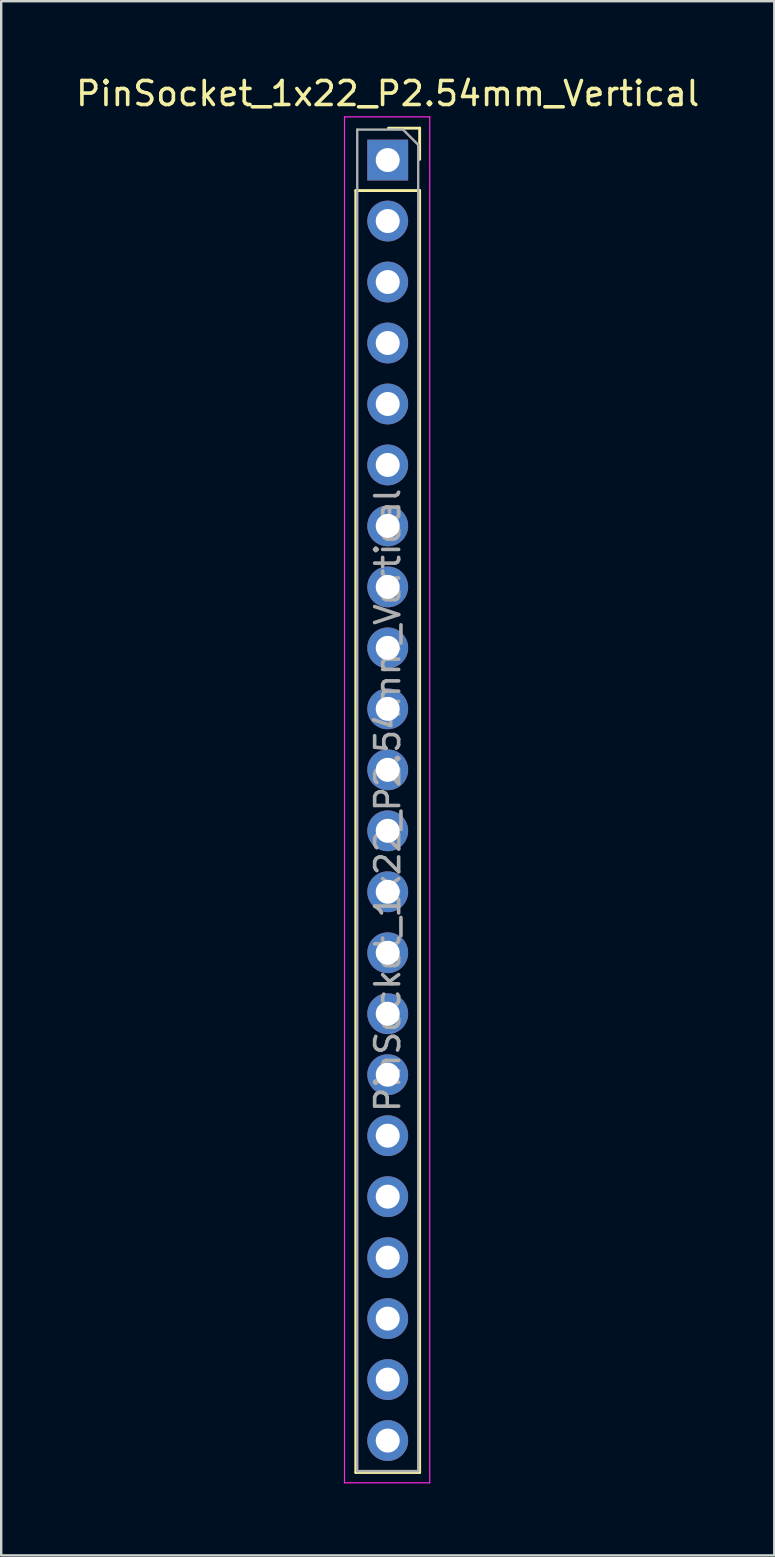
<source format=kicad_pcb>
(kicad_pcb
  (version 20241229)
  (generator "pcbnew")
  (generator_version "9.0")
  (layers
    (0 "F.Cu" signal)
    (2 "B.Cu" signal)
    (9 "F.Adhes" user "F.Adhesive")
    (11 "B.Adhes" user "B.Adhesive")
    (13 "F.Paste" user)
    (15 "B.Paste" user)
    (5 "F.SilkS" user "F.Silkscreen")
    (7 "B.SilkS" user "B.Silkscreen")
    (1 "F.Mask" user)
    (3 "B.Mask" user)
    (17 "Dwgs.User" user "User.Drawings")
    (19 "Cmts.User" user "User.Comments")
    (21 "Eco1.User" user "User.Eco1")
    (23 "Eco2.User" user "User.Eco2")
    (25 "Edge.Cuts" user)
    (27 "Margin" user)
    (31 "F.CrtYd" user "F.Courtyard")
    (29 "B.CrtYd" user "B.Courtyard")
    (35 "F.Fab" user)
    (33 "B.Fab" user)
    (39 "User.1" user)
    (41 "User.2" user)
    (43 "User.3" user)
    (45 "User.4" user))
  (footprint "PinSocket_1x22_P2.54mm_Vertical"
    (layer "F.Cu")
    (at 13.101 3.618)
    (property "Reference" "PinSocket_1x22_P2.54mm_Vertical" (at 0 -2.77 0) (layer "F.SilkS") (effects (font (size 1 1) (thickness 0.15))))
    (attr through_hole)
    (fp_line (start -1.33 1.27) (end -1.33 54.67) (stroke (width 0.12) (type solid)) (layer "F.SilkS"))
    (fp_line (start -1.33 54.67) (end 1.33 54.67) (stroke (width 0.12) (type solid)) (layer "F.SilkS"))
    (fp_line (start 1.33 -1.33) (end 0.03 -1.33) (stroke (width 0.12) (type solid)) (layer "F.SilkS"))
    (fp_line (start 1.33 -0.03) (end 1.33 -1.33) (stroke (width 0.12) (type solid)) (layer "F.SilkS"))
    (fp_line (start 1.33 1.27) (end -1.33 1.27) (stroke (width 0.12) (type solid)) (layer "F.SilkS"))
    (fp_line (start 1.33 54.67) (end 1.33 1.27) (stroke (width 0.12) (type solid)) (layer "F.SilkS"))
    (fp_line (start -1.8 -1.8) (end 1.75 -1.8) (stroke (width 0.05) (type solid)) (layer "F.CrtYd"))
    (fp_line (start -1.8 55.1) (end -1.8 -1.8) (stroke (width 0.05) (type solid)) (layer "F.CrtYd"))
    (fp_line (start 1.75 -1.8) (end 1.75 55.1) (stroke (width 0.05) (type solid)) (layer "F.CrtYd"))
    (fp_line (start 1.75 55.1) (end -1.8 55.1) (stroke (width 0.05) (type solid)) (layer "F.CrtYd"))
    (fp_line (start -1.27 -1.27) (end 0.635 -1.27) (stroke (width 0.1) (type solid)) (layer "F.Fab"))
    (fp_line (start -1.27 54.61) (end -1.27 -1.27) (stroke (width 0.1) (type solid)) (layer "F.Fab"))
    (fp_line (start 0.635 -1.27) (end 1.27 -0.635) (stroke (width 0.1) (type solid)) (layer "F.Fab"))
    (fp_line (start 1.27 -0.635) (end 1.27 54.61) (stroke (width 0.1) (type solid)) (layer "F.Fab"))
    (fp_line (start 1.27 54.61) (end -1.27 54.61) (stroke (width 0.1) (type solid)) (layer "F.Fab"))
    (fp_text user "${REFERENCE}" (at 0 26.67 90) (layer "F.Fab") (effects (font (size 1 1) (thickness 0.15))))
    (pad "1" thru_hole rect (at 0 0) (size 1.7 1.7) (drill 1) (layers "*.Cu" "*.Mask"))
    (pad "2" thru_hole oval (at 0 2.54) (size 1.7 1.7) (drill 1) (layers "*.Cu" "*.Mask"))
    (pad "3" thru_hole oval (at 0 5.08) (size 1.7 1.7) (drill 1) (layers "*.Cu" "*.Mask"))
    (pad "4" thru_hole oval (at 0 7.62) (size 1.7 1.7) (drill 1) (layers "*.Cu" "*.Mask"))
    (pad "5" thru_hole oval (at 0 10.16) (size 1.7 1.7) (drill 1) (layers "*.Cu" "*.Mask"))
    (pad "6" thru_hole oval (at 0 12.7) (size 1.7 1.7) (drill 1) (layers "*.Cu" "*.Mask"))
    (pad "7" thru_hole oval (at 0 15.24) (size 1.7 1.7) (drill 1) (layers "*.Cu" "*.Mask"))
    (pad "8" thru_hole oval (at 0 17.78) (size 1.7 1.7) (drill 1) (layers "*.Cu" "*.Mask"))
    (pad "9" thru_hole oval (at 0 20.32) (size 1.7 1.7) (drill 1) (layers "*.Cu" "*.Mask"))
    (pad "10" thru_hole oval (at 0 22.86) (size 1.7 1.7) (drill 1) (layers "*.Cu" "*.Mask"))
    (pad "11" thru_hole oval (at 0 25.4) (size 1.7 1.7) (drill 1) (layers "*.Cu" "*.Mask"))
    (pad "12" thru_hole oval (at 0 27.94) (size 1.7 1.7) (drill 1) (layers "*.Cu" "*.Mask"))
    (pad "13" thru_hole oval (at 0 30.48) (size 1.7 1.7) (drill 1) (layers "*.Cu" "*.Mask"))
    (pad "14" thru_hole oval (at 0 33.02) (size 1.7 1.7) (drill 1) (layers "*.Cu" "*.Mask"))
    (pad "15" thru_hole oval (at 0 35.56) (size 1.7 1.7) (drill 1) (layers "*.Cu" "*.Mask"))
    (pad "16" thru_hole oval (at 0 38.1) (size 1.7 1.7) (drill 1) (layers "*.Cu" "*.Mask"))
    (pad "17" thru_hole oval (at 0 40.64) (size 1.7 1.7) (drill 1) (layers "*.Cu" "*.Mask"))
    (pad "18" thru_hole oval (at 0 43.18) (size 1.7 1.7) (drill 1) (layers "*.Cu" "*.Mask"))
    (pad "19" thru_hole oval (at 0 45.72) (size 1.7 1.7) (drill 1) (layers "*.Cu" "*.Mask"))
    (pad "20" thru_hole oval (at 0 48.26) (size 1.7 1.7) (drill 1) (layers "*.Cu" "*.Mask"))
    (pad "21" thru_hole oval (at 0 50.8) (size 1.7 1.7) (drill 1) (layers "*.Cu" "*.Mask"))
    (pad "22" thru_hole oval (at 0 53.34) (size 1.7 1.7) (drill 1) (layers "*.Cu" "*.Mask")))
  (gr_rect
    (start -3 -3)
    (end 29.202 61.743)
    (stroke (width 0.1) (type default))
    (fill no)
    (layer "Edge.Cuts")))
</source>
